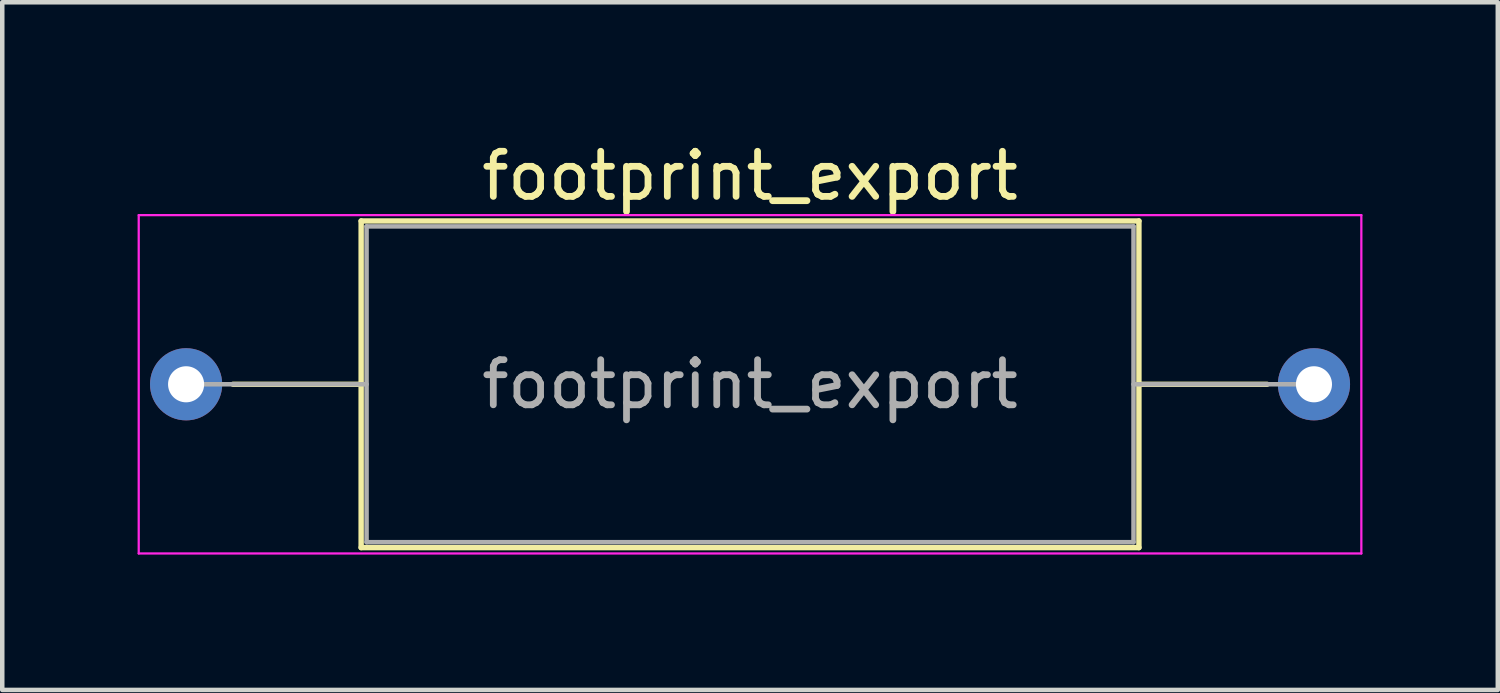
<source format=kicad_pcb>
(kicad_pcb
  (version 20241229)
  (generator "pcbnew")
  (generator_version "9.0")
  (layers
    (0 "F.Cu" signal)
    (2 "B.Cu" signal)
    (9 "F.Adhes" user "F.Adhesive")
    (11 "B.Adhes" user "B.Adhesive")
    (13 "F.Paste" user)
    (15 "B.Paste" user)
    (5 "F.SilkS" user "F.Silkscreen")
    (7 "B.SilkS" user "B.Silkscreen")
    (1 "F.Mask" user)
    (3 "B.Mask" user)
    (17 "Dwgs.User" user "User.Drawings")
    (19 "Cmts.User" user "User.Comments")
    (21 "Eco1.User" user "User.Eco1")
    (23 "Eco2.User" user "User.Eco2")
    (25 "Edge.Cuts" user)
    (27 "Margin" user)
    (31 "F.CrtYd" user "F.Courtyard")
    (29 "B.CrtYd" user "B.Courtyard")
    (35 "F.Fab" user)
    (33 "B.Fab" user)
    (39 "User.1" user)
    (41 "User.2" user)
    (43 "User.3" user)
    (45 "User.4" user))
  (footprint "footprint_export"
    (layer "F.Cu")
    (at 1.075 5.468)
    (property "Reference" "footprint_export" (at 12.5 -4.62 0) (layer "F.SilkS") (effects (font (size 1 1) (thickness 0.15))))
    (attr through_hole)
    (fp_line (start 1.04 0) (end 3.88 0) (stroke (width 0.12) (type solid)) (layer "F.SilkS"))
    (fp_line (start 3.88 -3.62) (end 3.88 3.62) (stroke (width 0.12) (type solid)) (layer "F.SilkS"))
    (fp_line (start 3.88 3.62) (end 21.12 3.62) (stroke (width 0.12) (type solid)) (layer "F.SilkS"))
    (fp_line (start 21.12 -3.62) (end 3.88 -3.62) (stroke (width 0.12) (type solid)) (layer "F.SilkS"))
    (fp_line (start 21.12 3.62) (end 21.12 -3.62) (stroke (width 0.12) (type solid)) (layer "F.SilkS"))
    (fp_line (start 23.96 0) (end 21.12 0) (stroke (width 0.12) (type solid)) (layer "F.SilkS"))
    (fp_line (start -1.05 -3.75) (end -1.05 3.75) (stroke (width 0.05) (type solid)) (layer "F.CrtYd"))
    (fp_line (start -1.05 3.75) (end 26.05 3.75) (stroke (width 0.05) (type solid)) (layer "F.CrtYd"))
    (fp_line (start 26.05 -3.75) (end -1.05 -3.75) (stroke (width 0.05) (type solid)) (layer "F.CrtYd"))
    (fp_line (start 26.05 3.75) (end 26.05 -3.75) (stroke (width 0.05) (type solid)) (layer "F.CrtYd"))
    (fp_line (start 0 0) (end 4 0) (stroke (width 0.1) (type solid)) (layer "F.Fab"))
    (fp_line (start 4 -3.5) (end 4 3.5) (stroke (width 0.1) (type solid)) (layer "F.Fab"))
    (fp_line (start 4 3.5) (end 21 3.5) (stroke (width 0.1) (type solid)) (layer "F.Fab"))
    (fp_line (start 21 -3.5) (end 4 -3.5) (stroke (width 0.1) (type solid)) (layer "F.Fab"))
    (fp_line (start 21 3.5) (end 21 -3.5) (stroke (width 0.1) (type solid)) (layer "F.Fab"))
    (fp_line (start 25 0) (end 21 0) (stroke (width 0.1) (type solid)) (layer "F.Fab"))
    (fp_text user "${REFERENCE}" (at 12.5 0 0) (layer "F.Fab") (effects (font (size 1 1) (thickness 0.15))))
    (pad "1" thru_hole circle (at 0 0) (size 1.6 1.6) (drill 0.8) (layers "*.Cu" "*.Mask"))
    (pad "2" thru_hole oval (at 25 0) (size 1.6 1.6) (drill 0.8) (layers "*.Cu" "*.Mask")))
  (gr_rect
    (start -3 -3)
    (end 30.15 12.243)
    (stroke (width 0.1) (type default))
    (fill no)
    (layer "Edge.Cuts")))
</source>
